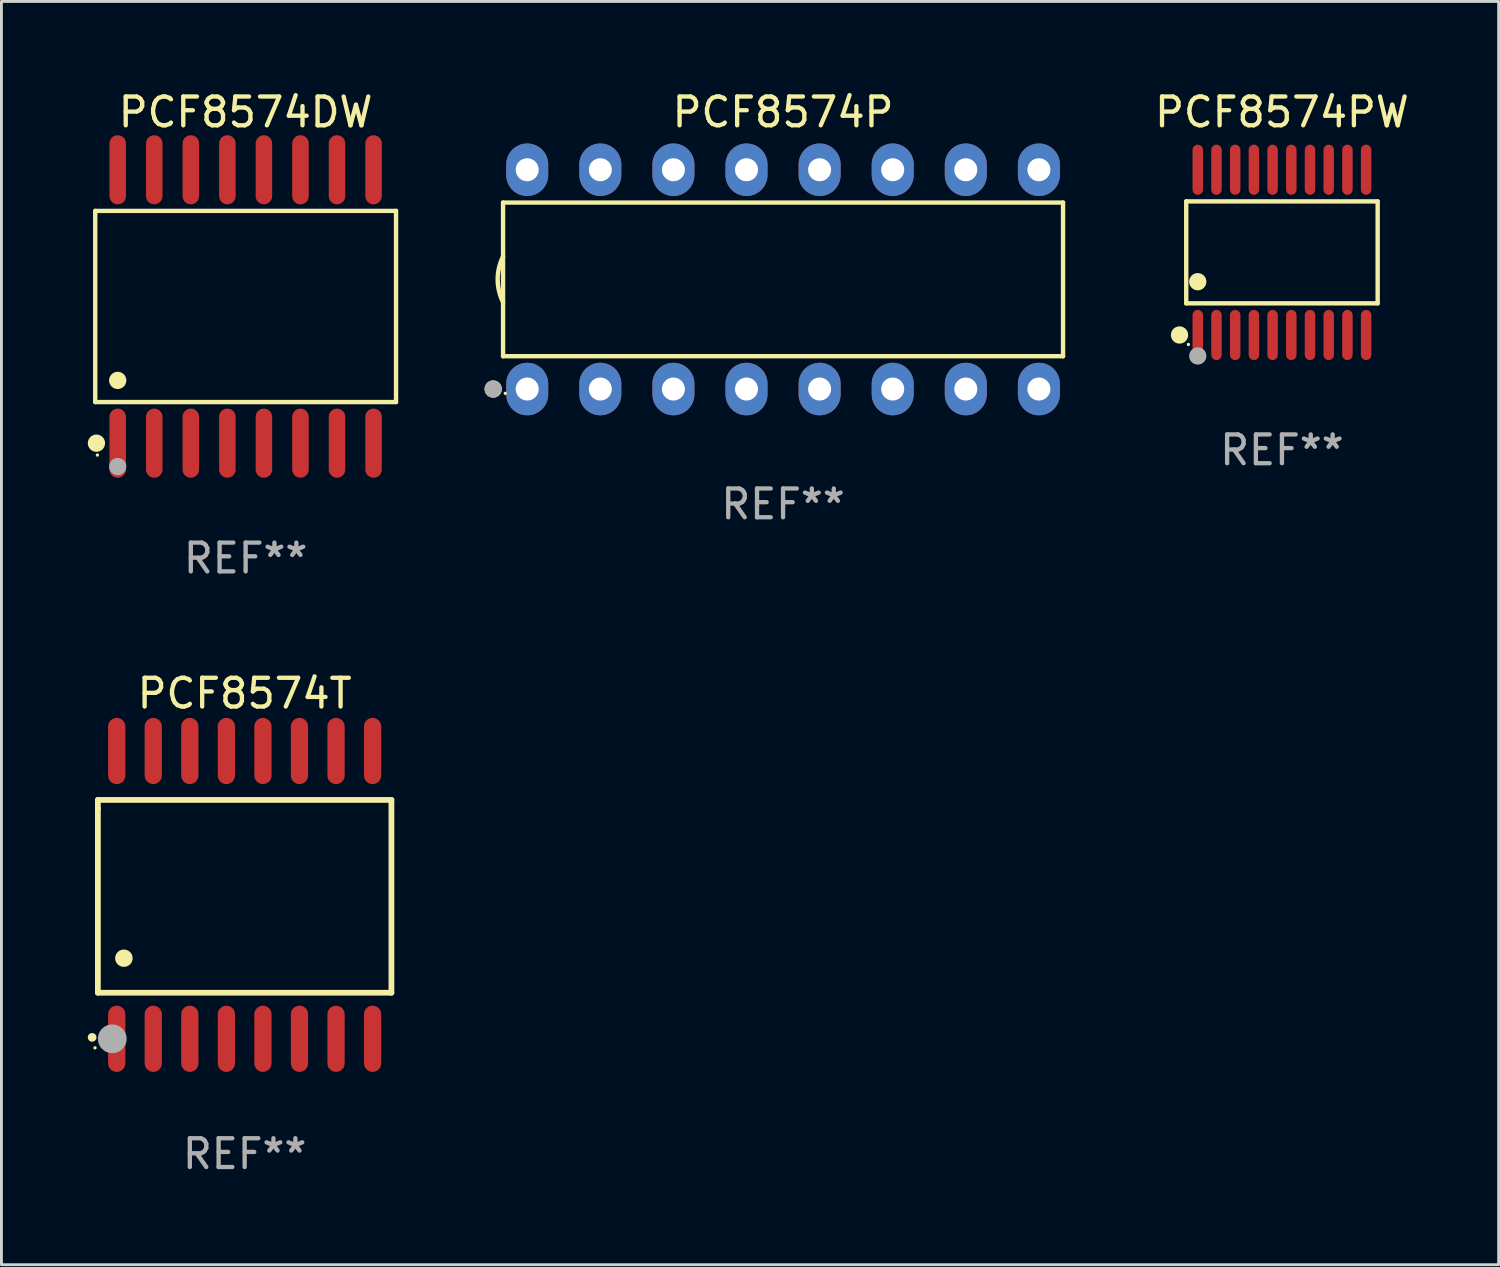
<source format=kicad_pcb>
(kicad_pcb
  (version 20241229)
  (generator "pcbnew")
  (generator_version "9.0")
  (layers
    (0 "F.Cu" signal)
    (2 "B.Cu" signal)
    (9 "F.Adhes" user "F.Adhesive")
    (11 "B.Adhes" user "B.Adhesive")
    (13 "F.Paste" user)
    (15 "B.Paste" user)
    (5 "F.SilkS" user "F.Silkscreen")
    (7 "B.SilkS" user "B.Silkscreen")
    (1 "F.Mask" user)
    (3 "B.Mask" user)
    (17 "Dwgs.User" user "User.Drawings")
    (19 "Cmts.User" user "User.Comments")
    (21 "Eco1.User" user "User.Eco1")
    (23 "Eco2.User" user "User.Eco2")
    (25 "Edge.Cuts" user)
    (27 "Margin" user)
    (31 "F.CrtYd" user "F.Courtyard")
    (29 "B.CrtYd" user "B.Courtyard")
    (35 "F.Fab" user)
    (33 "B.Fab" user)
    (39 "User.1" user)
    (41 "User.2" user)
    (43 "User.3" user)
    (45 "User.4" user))
  (footprint "PCF8574P"
    (layer "F.Cu")
    (at 24.159 6.658)
    (property "Reference" "PCF8574P" (at 0 -5.81 0) (layer "F.SilkS") (effects (font (size 1 1) (thickness 0.15))))
    (attr through_hole)
    (fp_line (start -9.729 -2.669) (end 9.729 -2.669) (stroke (width 0.152) (type solid)) (layer "F.SilkS"))
    (fp_line (start -9.729 2.669) (end -9.729 -2.669) (stroke (width 0.152) (type solid)) (layer "F.SilkS"))
    (fp_line (start 9.729 -2.669) (end 9.729 2.669) (stroke (width 0.152) (type solid)) (layer "F.SilkS"))
    (fp_line (start 9.729 2.669) (end -9.729 2.669) (stroke (width 0.152) (type solid)) (layer "F.SilkS"))
    (fp_arc (start -9.728727 0.793751) (mid -9.916106 0) (end -9.728727 -0.793752) (stroke (width 0.1524) (type solid)) (layer "F.SilkS"))
    (fp_circle (center -10.072 3.81) (end -9.922 3.81) (stroke (width 0.3) (type solid)) (fill no) (layer "F.SilkS"))
    (fp_circle (center -9.653 3.96) (end -9.623 3.96) (stroke (width 0.06) (type solid)) (fill no) (layer "F.SilkS"))
    (fp_circle (center -10.072 3.81) (end -9.922 3.81) (stroke (width 0.3) (type solid)) (fill no) (layer "F.Fab"))
    (fp_text user "REF**" (at 0 7.81 0) (layer "F.Fab") (effects (font (size 1 1) (thickness 0.15))))
    (pad "1" thru_hole oval (at -8.89 3.81) (size 1.46 1.825) (drill 0.8) (layers "*.Cu" "*.Mask"))
    (pad "2" thru_hole oval (at -6.35 3.81) (size 1.46 1.825) (drill 0.8) (layers "*.Cu" "*.Mask"))
    (pad "3" thru_hole oval (at -3.81 3.81) (size 1.46 1.825) (drill 0.8) (layers "*.Cu" "*.Mask"))
    (pad "4" thru_hole oval (at -1.27 3.81) (size 1.46 1.825) (drill 0.8) (layers "*.Cu" "*.Mask"))
    (pad "5" thru_hole oval (at 1.27 3.81) (size 1.46 1.825) (drill 0.8) (layers "*.Cu" "*.Mask"))
    (pad "6" thru_hole oval (at 3.81 3.81) (size 1.46 1.825) (drill 0.8) (layers "*.Cu" "*.Mask"))
    (pad "7" thru_hole oval (at 6.35 3.81) (size 1.46 1.825) (drill 0.8) (layers "*.Cu" "*.Mask"))
    (pad "8" thru_hole oval (at 8.89 3.81) (size 1.46 1.825) (drill 0.8) (layers "*.Cu" "*.Mask"))
    (pad "9" thru_hole oval (at 8.89 -3.81) (size 1.46 1.825) (drill 0.8) (layers "*.Cu" "*.Mask"))
    (pad "10" thru_hole oval (at 6.35 -3.81) (size 1.46 1.825) (drill 0.8) (layers "*.Cu" "*.Mask"))
    (pad "11" thru_hole oval (at 3.81 -3.81) (size 1.46 1.825) (drill 0.8) (layers "*.Cu" "*.Mask"))
    (pad "12" thru_hole oval (at 1.27 -3.81) (size 1.46 1.825) (drill 0.8) (layers "*.Cu" "*.Mask"))
    (pad "13" thru_hole oval (at -1.27 -3.81) (size 1.46 1.825) (drill 0.8) (layers "*.Cu" "*.Mask"))
    (pad "14" thru_hole oval (at -3.81 -3.81) (size 1.46 1.825) (drill 0.8) (layers "*.Cu" "*.Mask"))
    (pad "15" thru_hole oval (at -6.35 -3.81) (size 1.46 1.825) (drill 0.8) (layers "*.Cu" "*.Mask"))
    (pad "16" thru_hole oval (at -8.89 -3.81) (size 1.46 1.825) (drill 0.8) (layers "*.Cu" "*.Mask")))
  (footprint "PCF8574T"
    (layer "F.Cu")
    (at 5.451 28.045)
    (property "Reference" "PCF8574T" (at 0 -7 0) (layer "F.SilkS") (effects (font (size 1 1) (thickness 0.15))))
    (attr through_hole)
    (fp_line (start -5.1 -3.3) (end -5.1 -3) (stroke (width 0.2) (type solid)) (layer "F.SilkS"))
    (fp_line (start -5.1 -3) (end -5.1 3.4) (stroke (width 0.2) (type solid)) (layer "F.SilkS"))
    (fp_line (start -5.1 3.4) (end 5.1 3.4) (stroke (width 0.2) (type solid)) (layer "F.SilkS"))
    (fp_line (start 5.1 -3.3) (end -5.1 -3.3) (stroke (width 0.2) (type solid)) (layer "F.SilkS"))
    (fp_line (start 5.1 3.4) (end 5.1 -3.3) (stroke (width 0.2) (type solid)) (layer "F.SilkS"))
    (fp_arc (start -5.300991 4.950495) (mid -5.299721 4.95049) (end -5.298451 4.950495) (stroke (width 0.3) (type solid)) (layer "F.SilkS"))
    (fp_arc (start -4.2 2.200025) (mid -4.19619 2.200001) (end -4.19238 2.200025) (stroke (width 0.6) (type solid)) (layer "F.SilkS"))
    (fp_circle (center -5.2 5.315) (end -5.17 5.315) (stroke (width 0.06) (type solid)) (fill no) (layer "F.SilkS"))
    (fp_circle (center -4.6 5) (end -4.35 5) (stroke (width 0.5) (type solid)) (fill no) (layer "F.Fab"))
    (fp_text user "REF**" (at 0 9 0) (layer "F.Fab") (effects (font (size 1 1) (thickness 0.15))))
    (pad "1" smd oval (at -4.445 5 180) (size 0.6 2.3) (layers "F.Cu" "F.Mask" "F.Paste"))
    (pad "2" smd oval (at -3.175 5 180) (size 0.6 2.3) (layers "F.Cu" "F.Mask" "F.Paste"))
    (pad "3" smd oval (at -1.905 5 180) (size 0.6 2.3) (layers "F.Cu" "F.Mask" "F.Paste"))
    (pad "4" smd oval (at -0.635 5 180) (size 0.6 2.3) (layers "F.Cu" "F.Mask" "F.Paste"))
    (pad "5" smd oval (at 0.635 5 180) (size 0.6 2.3) (layers "F.Cu" "F.Mask" "F.Paste"))
    (pad "6" smd oval (at 1.905 5 180) (size 0.6 2.3) (layers "F.Cu" "F.Mask" "F.Paste"))
    (pad "7" smd oval (at 3.175 5 180) (size 0.6 2.3) (layers "F.Cu" "F.Mask" "F.Paste"))
    (pad "8" smd oval (at 4.445 5 180) (size 0.6 2.3) (layers "F.Cu" "F.Mask" "F.Paste"))
    (pad "9" smd oval (at 4.445 -5 180) (size 0.6 2.3) (layers "F.Cu" "F.Mask" "F.Paste"))
    (pad "10" smd oval (at 3.175 -5 180) (size 0.6 2.3) (layers "F.Cu" "F.Mask" "F.Paste"))
    (pad "11" smd oval (at 1.905 -5 180) (size 0.6 2.3) (layers "F.Cu" "F.Mask" "F.Paste"))
    (pad "12" smd oval (at 0.635 -5 180) (size 0.6 2.3) (layers "F.Cu" "F.Mask" "F.Paste"))
    (pad "13" smd oval (at -0.635 -5 180) (size 0.6 2.3) (layers "F.Cu" "F.Mask" "F.Paste"))
    (pad "14" smd oval (at -1.905 -5 180) (size 0.6 2.3) (layers "F.Cu" "F.Mask" "F.Paste"))
    (pad "15" smd oval (at -3.175 -5 180) (size 0.6 2.3) (layers "F.Cu" "F.Mask" "F.Paste"))
    (pad "16" smd oval (at -4.445 -5 180) (size 0.6 2.3) (layers "F.Cu" "F.Mask" "F.Paste")))
  (footprint "PCF8574PW"
    (layer "F.Cu")
    (at 41.494 5.719)
    (property "Reference" "PCF8574PW" (at 0 -4.871 0) (layer "F.SilkS") (effects (font (size 1 1) (thickness 0.15))))
    (attr through_hole)
    (fp_line (start -3.326 -1.771) (end 3.326 -1.771) (stroke (width 0.152) (type solid)) (layer "F.SilkS"))
    (fp_line (start -3.326 1.771) (end -3.326 -1.771) (stroke (width 0.152) (type solid)) (layer "F.SilkS"))
    (fp_line (start 3.326 -1.771) (end 3.326 1.771) (stroke (width 0.152) (type solid)) (layer "F.SilkS"))
    (fp_line (start 3.326 1.771) (end -3.326 1.771) (stroke (width 0.152) (type solid)) (layer "F.SilkS"))
    (fp_circle (center -3.559 2.871) (end -3.409 2.871) (stroke (width 0.3) (type solid)) (fill no) (layer "F.SilkS"))
    (fp_circle (center -3.25 3.2) (end -3.22 3.2) (stroke (width 0.06) (type solid)) (fill no) (layer "F.SilkS"))
    (fp_circle (center -2.925 1.019) (end -2.775 1.019) (stroke (width 0.3) (type solid)) (fill no) (layer "F.SilkS"))
    (fp_circle (center -2.925 3.6) (end -2.775 3.6) (stroke (width 0.3) (type solid)) (fill no) (layer "F.Fab"))
    (fp_text user "REF**" (at 0 6.871 0) (layer "F.Fab") (effects (font (size 1 1) (thickness 0.15))))
    (pad "1" smd oval (at -2.925 2.871) (size 0.364 1.742) (layers "F.Cu" "F.Mask" "F.Paste"))
    (pad "2" smd oval (at -2.275 2.871) (size 0.364 1.742) (layers "F.Cu" "F.Mask" "F.Paste"))
    (pad "3" smd oval (at -1.625 2.871) (size 0.364 1.742) (layers "F.Cu" "F.Mask" "F.Paste"))
    (pad "4" smd oval (at -0.975 2.871) (size 0.364 1.742) (layers "F.Cu" "F.Mask" "F.Paste"))
    (pad "5" smd oval (at -0.325 2.871) (size 0.364 1.742) (layers "F.Cu" "F.Mask" "F.Paste"))
    (pad "6" smd oval (at 0.325 2.871) (size 0.364 1.742) (layers "F.Cu" "F.Mask" "F.Paste"))
    (pad "7" smd oval (at 0.975 2.871) (size 0.364 1.742) (layers "F.Cu" "F.Mask" "F.Paste"))
    (pad "8" smd oval (at 1.625 2.871) (size 0.364 1.742) (layers "F.Cu" "F.Mask" "F.Paste"))
    (pad "9" smd oval (at 2.275 2.871) (size 0.364 1.742) (layers "F.Cu" "F.Mask" "F.Paste"))
    (pad "10" smd oval (at 2.925 2.871) (size 0.364 1.742) (layers "F.Cu" "F.Mask" "F.Paste"))
    (pad "11" smd oval (at 2.925 -2.871) (size 0.364 1.742) (layers "F.Cu" "F.Mask" "F.Paste"))
    (pad "12" smd oval (at 2.275 -2.871) (size 0.364 1.742) (layers "F.Cu" "F.Mask" "F.Paste"))
    (pad "13" smd oval (at 1.625 -2.871) (size 0.364 1.742) (layers "F.Cu" "F.Mask" "F.Paste"))
    (pad "14" smd oval (at 0.975 -2.871) (size 0.364 1.742) (layers "F.Cu" "F.Mask" "F.Paste"))
    (pad "15" smd oval (at 0.325 -2.871) (size 0.364 1.742) (layers "F.Cu" "F.Mask" "F.Paste"))
    (pad "16" smd oval (at -0.325 -2.871) (size 0.364 1.742) (layers "F.Cu" "F.Mask" "F.Paste"))
    (pad "17" smd oval (at -0.975 -2.871) (size 0.364 1.742) (layers "F.Cu" "F.Mask" "F.Paste"))
    (pad "18" smd oval (at -1.625 -2.871) (size 0.364 1.742) (layers "F.Cu" "F.Mask" "F.Paste"))
    (pad "19" smd oval (at -2.275 -2.871) (size 0.364 1.742) (layers "F.Cu" "F.Mask" "F.Paste"))
    (pad "20" smd oval (at -2.925 -2.871) (size 0.364 1.742) (layers "F.Cu" "F.Mask" "F.Paste")))
  (footprint "PCF8574DW"
    (layer "F.Cu")
    (at 5.485 7.599)
    (property "Reference" "PCF8574DW" (at 0 -6.75 0) (layer "F.SilkS") (effects (font (size 1 1) (thickness 0.15))))
    (attr through_hole)
    (fp_line (start -5.226 -3.321) (end 5.226 -3.321) (stroke (width 0.152) (type solid)) (layer "F.SilkS"))
    (fp_line (start -5.226 3.321) (end -5.226 -3.321) (stroke (width 0.152) (type solid)) (layer "F.SilkS"))
    (fp_line (start 5.226 -3.321) (end 5.226 3.321) (stroke (width 0.152) (type solid)) (layer "F.SilkS"))
    (fp_line (start 5.226 3.321) (end -5.226 3.321) (stroke (width 0.152) (type solid)) (layer "F.SilkS"))
    (fp_circle (center -5.184 4.75) (end -5.034 4.75) (stroke (width 0.3) (type solid)) (fill no) (layer "F.SilkS"))
    (fp_circle (center -5.15 5.163) (end -5.12 5.163) (stroke (width 0.06) (type solid)) (fill no) (layer "F.SilkS"))
    (fp_circle (center -4.445 2.569) (end -4.295 2.569) (stroke (width 0.3) (type solid)) (fill no) (layer "F.SilkS"))
    (fp_circle (center -4.445 5.563) (end -4.295 5.563) (stroke (width 0.3) (type solid)) (fill no) (layer "F.Fab"))
    (fp_text user "REF**" (at 0 8.75 0) (layer "F.Fab") (effects (font (size 1 1) (thickness 0.15))))
    (pad "1" smd oval (at -4.445 4.75) (size 0.574 2.401) (layers "F.Cu" "F.Mask" "F.Paste"))
    (pad "2" smd oval (at -3.175 4.75) (size 0.574 2.401) (layers "F.Cu" "F.Mask" "F.Paste"))
    (pad "3" smd oval (at -1.905 4.75) (size 0.574 2.401) (layers "F.Cu" "F.Mask" "F.Paste"))
    (pad "4" smd oval (at -0.635 4.75) (size 0.574 2.401) (layers "F.Cu" "F.Mask" "F.Paste"))
    (pad "5" smd oval (at 0.635 4.75) (size 0.574 2.401) (layers "F.Cu" "F.Mask" "F.Paste"))
    (pad "6" smd oval (at 1.905 4.75) (size 0.574 2.401) (layers "F.Cu" "F.Mask" "F.Paste"))
    (pad "7" smd oval (at 3.175 4.75) (size 0.574 2.401) (layers "F.Cu" "F.Mask" "F.Paste"))
    (pad "8" smd oval (at 4.445 4.75) (size 0.574 2.401) (layers "F.Cu" "F.Mask" "F.Paste"))
    (pad "9" smd oval (at 4.445 -4.75) (size 0.574 2.401) (layers "F.Cu" "F.Mask" "F.Paste"))
    (pad "10" smd oval (at 3.175 -4.75) (size 0.574 2.401) (layers "F.Cu" "F.Mask" "F.Paste"))
    (pad "11" smd oval (at 1.905 -4.75) (size 0.574 2.401) (layers "F.Cu" "F.Mask" "F.Paste"))
    (pad "12" smd oval (at 0.635 -4.75) (size 0.574 2.401) (layers "F.Cu" "F.Mask" "F.Paste"))
    (pad "13" smd oval (at -0.635 -4.75) (size 0.574 2.401) (layers "F.Cu" "F.Mask" "F.Paste"))
    (pad "14" smd oval (at -1.905 -4.75) (size 0.574 2.401) (layers "F.Cu" "F.Mask" "F.Paste"))
    (pad "15" smd oval (at -3.175 -4.75) (size 0.574 2.401) (layers "F.Cu" "F.Mask" "F.Paste"))
    (pad "16" smd oval (at -4.445 -4.75) (size 0.574 2.401) (layers "F.Cu" "F.Mask" "F.Paste")))
  (gr_rect
    (start -3 -3)
    (end 49.024 40.894)
    (stroke (width 0.1) (type default))
    (fill no)
    (layer "Edge.Cuts")))
</source>
